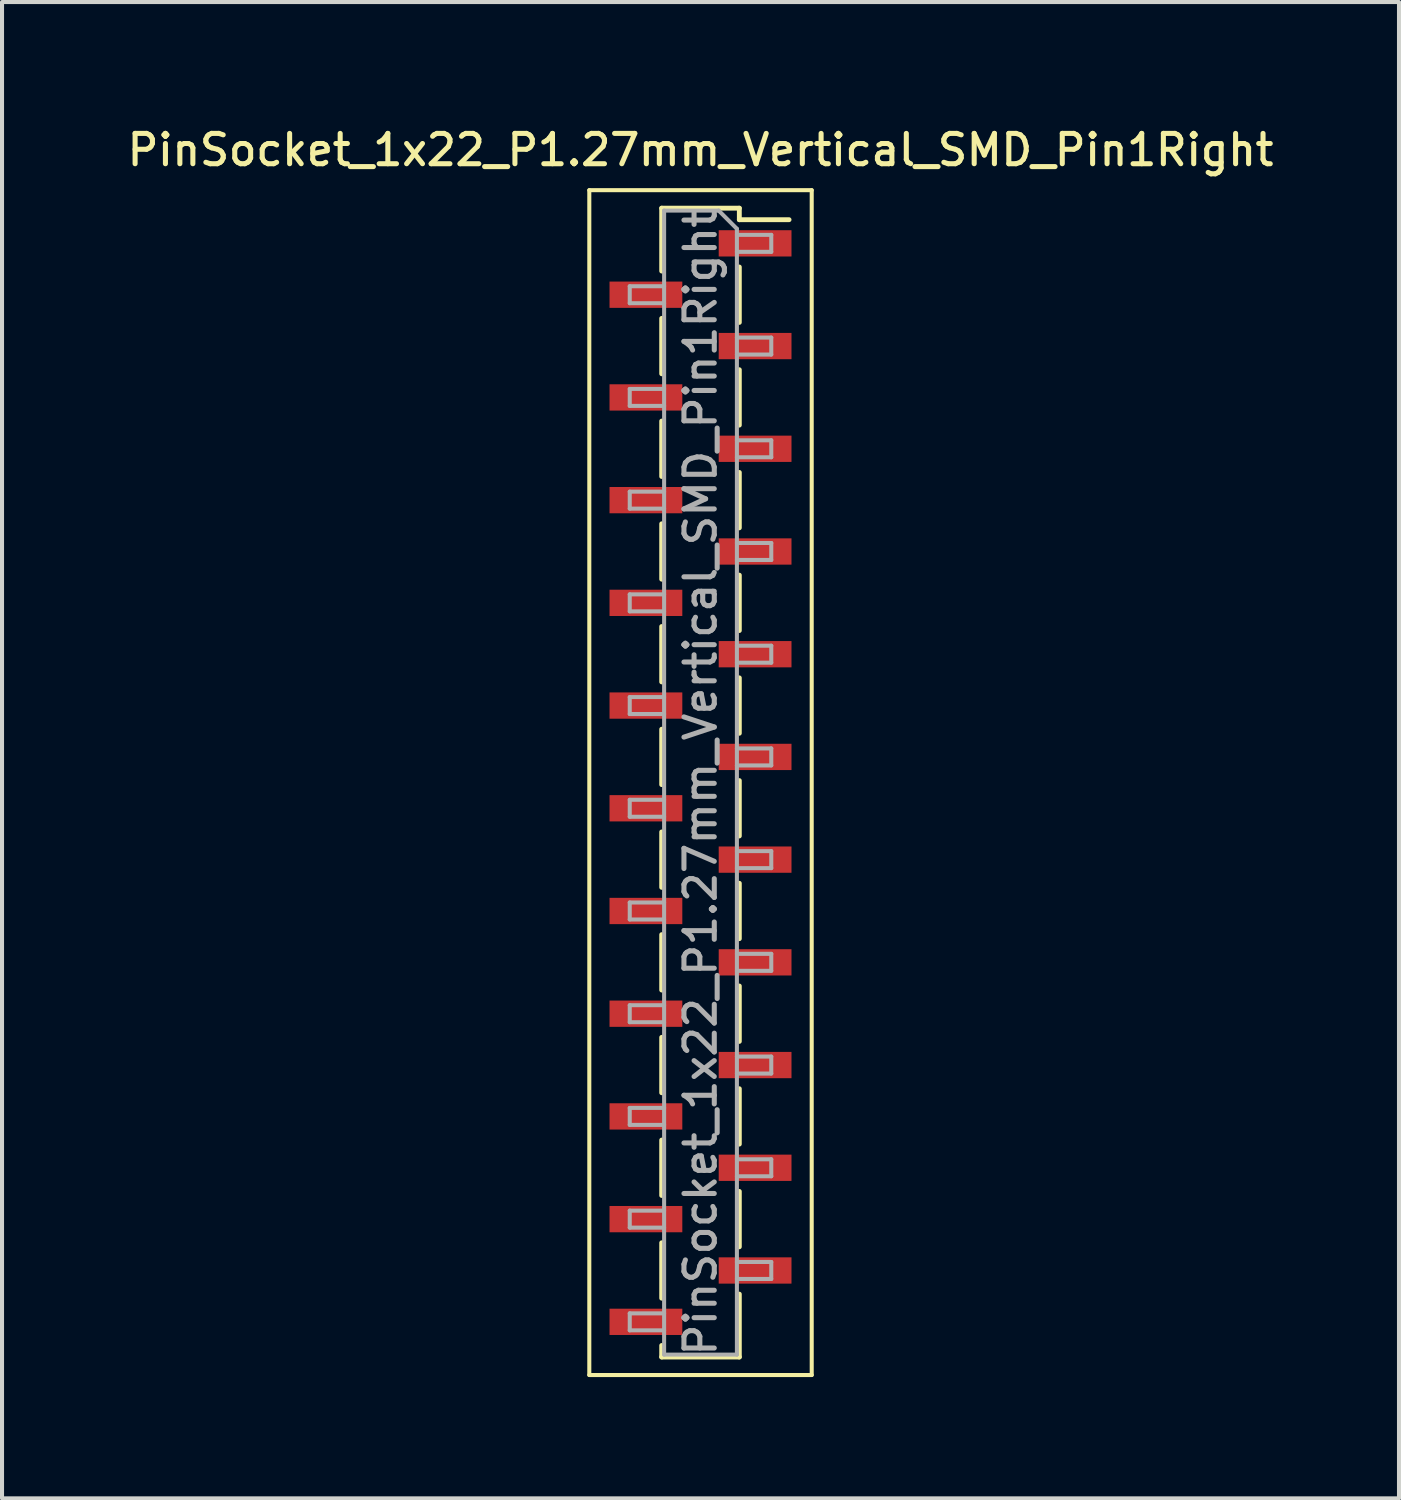
<source format=kicad_pcb>
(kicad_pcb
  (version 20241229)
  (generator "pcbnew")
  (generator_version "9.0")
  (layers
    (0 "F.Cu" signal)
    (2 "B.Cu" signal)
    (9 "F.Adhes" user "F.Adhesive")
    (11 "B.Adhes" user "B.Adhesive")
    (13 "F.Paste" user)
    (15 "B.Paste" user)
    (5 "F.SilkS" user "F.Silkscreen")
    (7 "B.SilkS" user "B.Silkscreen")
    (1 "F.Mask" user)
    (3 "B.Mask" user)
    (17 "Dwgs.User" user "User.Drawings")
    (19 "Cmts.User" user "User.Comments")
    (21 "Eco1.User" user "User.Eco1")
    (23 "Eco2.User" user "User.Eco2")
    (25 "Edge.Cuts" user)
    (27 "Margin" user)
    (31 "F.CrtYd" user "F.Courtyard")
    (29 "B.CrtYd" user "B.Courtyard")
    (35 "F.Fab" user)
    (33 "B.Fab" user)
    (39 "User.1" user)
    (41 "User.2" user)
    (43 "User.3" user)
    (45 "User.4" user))
  (footprint "PinSocket_1x22_P1.27mm_Vertical_SMD_Pin1Right"
    (layer "F.Cu")
    (at 14.273 16.303)
    (property "Reference" "PinSocket_1x22_P1.27mm_Vertical_SMD_Pin1Right" (at 0 -15.645 0) (layer "F.SilkS") (effects (font (size 0.75 0.75) (thickness 0.125))))
    (attr smd)
    (fp_line (start -2.75 -14.65) (end 2.75 -14.65) (stroke (width 0.1) (type solid)) (layer "F.SilkS"))
    (fp_line (start -2.75 14.65) (end -2.75 -14.65) (stroke (width 0.1) (type solid)) (layer "F.SilkS"))
    (fp_line (start -0.96 -14.205) (end -0.96 -12.65) (stroke (width 0.12) (type solid)) (layer "F.SilkS"))
    (fp_line (start -0.96 -14.205) (end 0.96 -14.205) (stroke (width 0.12) (type solid)) (layer "F.SilkS"))
    (fp_line (start -0.96 -11.48) (end -0.96 -10.11) (stroke (width 0.12) (type solid)) (layer "F.SilkS"))
    (fp_line (start -0.96 -8.94) (end -0.96 -7.57) (stroke (width 0.12) (type solid)) (layer "F.SilkS"))
    (fp_line (start -0.96 -6.4) (end -0.96 -5.03) (stroke (width 0.12) (type solid)) (layer "F.SilkS"))
    (fp_line (start -0.96 -3.86) (end -0.96 -2.49) (stroke (width 0.12) (type solid)) (layer "F.SilkS"))
    (fp_line (start -0.96 -1.32) (end -0.96 0.05) (stroke (width 0.12) (type solid)) (layer "F.SilkS"))
    (fp_line (start -0.96 1.22) (end -0.96 2.59) (stroke (width 0.12) (type solid)) (layer "F.SilkS"))
    (fp_line (start -0.96 3.76) (end -0.96 5.13) (stroke (width 0.12) (type solid)) (layer "F.SilkS"))
    (fp_line (start -0.96 6.3) (end -0.96 7.67) (stroke (width 0.12) (type solid)) (layer "F.SilkS"))
    (fp_line (start -0.96 8.84) (end -0.96 10.21) (stroke (width 0.12) (type solid)) (layer "F.SilkS"))
    (fp_line (start -0.96 11.38) (end -0.96 12.75) (stroke (width 0.12) (type solid)) (layer "F.SilkS"))
    (fp_line (start -0.96 13.92) (end -0.96 14.205) (stroke (width 0.12) (type solid)) (layer "F.SilkS"))
    (fp_line (start -0.96 14.205) (end 0.96 14.205) (stroke (width 0.12) (type solid)) (layer "F.SilkS"))
    (fp_line (start 0.96 -14.205) (end 0.96 -13.92) (stroke (width 0.12) (type solid)) (layer "F.SilkS"))
    (fp_line (start 0.96 -13.92) (end 2.19 -13.92) (stroke (width 0.12) (type solid)) (layer "F.SilkS"))
    (fp_line (start 0.96 -12.75) (end 0.96 -11.38) (stroke (width 0.12) (type solid)) (layer "F.SilkS"))
    (fp_line (start 0.96 -10.21) (end 0.96 -8.84) (stroke (width 0.12) (type solid)) (layer "F.SilkS"))
    (fp_line (start 0.96 -7.67) (end 0.96 -6.3) (stroke (width 0.12) (type solid)) (layer "F.SilkS"))
    (fp_line (start 0.96 -5.13) (end 0.96 -3.76) (stroke (width 0.12) (type solid)) (layer "F.SilkS"))
    (fp_line (start 0.96 -2.59) (end 0.96 -1.22) (stroke (width 0.12) (type solid)) (layer "F.SilkS"))
    (fp_line (start 0.96 -0.05) (end 0.96 1.32) (stroke (width 0.12) (type solid)) (layer "F.SilkS"))
    (fp_line (start 0.96 2.49) (end 0.96 3.86) (stroke (width 0.12) (type solid)) (layer "F.SilkS"))
    (fp_line (start 0.96 5.03) (end 0.96 6.4) (stroke (width 0.12) (type solid)) (layer "F.SilkS"))
    (fp_line (start 0.96 7.57) (end 0.96 8.94) (stroke (width 0.12) (type solid)) (layer "F.SilkS"))
    (fp_line (start 0.96 10.11) (end 0.96 11.48) (stroke (width 0.12) (type solid)) (layer "F.SilkS"))
    (fp_line (start 0.96 12.65) (end 0.96 14.205) (stroke (width 0.12) (type solid)) (layer "F.SilkS"))
    (fp_line (start 2.75 -14.65) (end 2.75 14.65) (stroke (width 0.1) (type solid)) (layer "F.SilkS"))
    (fp_line (start 2.75 14.65) (end -2.75 14.65) (stroke (width 0.1) (type solid)) (layer "F.SilkS"))
    (fp_line (start -1.75 -12.275) (end -0.9 -12.275) (stroke (width 0.1) (type solid)) (layer "F.Fab"))
    (fp_line (start -1.75 -11.855) (end -1.75 -12.275) (stroke (width 0.1) (type solid)) (layer "F.Fab"))
    (fp_line (start -1.75 -9.735) (end -0.9 -9.735) (stroke (width 0.1) (type solid)) (layer "F.Fab"))
    (fp_line (start -1.75 -9.315) (end -1.75 -9.735) (stroke (width 0.1) (type solid)) (layer "F.Fab"))
    (fp_line (start -1.75 -7.195) (end -0.9 -7.195) (stroke (width 0.1) (type solid)) (layer "F.Fab"))
    (fp_line (start -1.75 -6.775) (end -1.75 -7.195) (stroke (width 0.1) (type solid)) (layer "F.Fab"))
    (fp_line (start -1.75 -4.655) (end -0.9 -4.655) (stroke (width 0.1) (type solid)) (layer "F.Fab"))
    (fp_line (start -1.75 -4.235) (end -1.75 -4.655) (stroke (width 0.1) (type solid)) (layer "F.Fab"))
    (fp_line (start -1.75 -2.115) (end -0.9 -2.115) (stroke (width 0.1) (type solid)) (layer "F.Fab"))
    (fp_line (start -1.75 -1.695) (end -1.75 -2.115) (stroke (width 0.1) (type solid)) (layer "F.Fab"))
    (fp_line (start -1.75 0.425) (end -0.9 0.425) (stroke (width 0.1) (type solid)) (layer "F.Fab"))
    (fp_line (start -1.75 0.845) (end -1.75 0.425) (stroke (width 0.1) (type solid)) (layer "F.Fab"))
    (fp_line (start -1.75 2.965) (end -0.9 2.965) (stroke (width 0.1) (type solid)) (layer "F.Fab"))
    (fp_line (start -1.75 3.385) (end -1.75 2.965) (stroke (width 0.1) (type solid)) (layer "F.Fab"))
    (fp_line (start -1.75 5.505) (end -0.9 5.505) (stroke (width 0.1) (type solid)) (layer "F.Fab"))
    (fp_line (start -1.75 5.925) (end -1.75 5.505) (stroke (width 0.1) (type solid)) (layer "F.Fab"))
    (fp_line (start -1.75 8.045) (end -0.9 8.045) (stroke (width 0.1) (type solid)) (layer "F.Fab"))
    (fp_line (start -1.75 8.465) (end -1.75 8.045) (stroke (width 0.1) (type solid)) (layer "F.Fab"))
    (fp_line (start -1.75 10.585) (end -0.9 10.585) (stroke (width 0.1) (type solid)) (layer "F.Fab"))
    (fp_line (start -1.75 11.005) (end -1.75 10.585) (stroke (width 0.1) (type solid)) (layer "F.Fab"))
    (fp_line (start -1.75 13.125) (end -0.9 13.125) (stroke (width 0.1) (type solid)) (layer "F.Fab"))
    (fp_line (start -1.75 13.545) (end -1.75 13.125) (stroke (width 0.1) (type solid)) (layer "F.Fab"))
    (fp_line (start -0.9 -14.145) (end 0.45 -14.145) (stroke (width 0.1) (type solid)) (layer "F.Fab"))
    (fp_line (start -0.9 -11.855) (end -1.75 -11.855) (stroke (width 0.1) (type solid)) (layer "F.Fab"))
    (fp_line (start -0.9 -9.315) (end -1.75 -9.315) (stroke (width 0.1) (type solid)) (layer "F.Fab"))
    (fp_line (start -0.9 -6.775) (end -1.75 -6.775) (stroke (width 0.1) (type solid)) (layer "F.Fab"))
    (fp_line (start -0.9 -4.235) (end -1.75 -4.235) (stroke (width 0.1) (type solid)) (layer "F.Fab"))
    (fp_line (start -0.9 -1.695) (end -1.75 -1.695) (stroke (width 0.1) (type solid)) (layer "F.Fab"))
    (fp_line (start -0.9 0.845) (end -1.75 0.845) (stroke (width 0.1) (type solid)) (layer "F.Fab"))
    (fp_line (start -0.9 3.385) (end -1.75 3.385) (stroke (width 0.1) (type solid)) (layer "F.Fab"))
    (fp_line (start -0.9 5.925) (end -1.75 5.925) (stroke (width 0.1) (type solid)) (layer "F.Fab"))
    (fp_line (start -0.9 8.465) (end -1.75 8.465) (stroke (width 0.1) (type solid)) (layer "F.Fab"))
    (fp_line (start -0.9 11.005) (end -1.75 11.005) (stroke (width 0.1) (type solid)) (layer "F.Fab"))
    (fp_line (start -0.9 13.545) (end -1.75 13.545) (stroke (width 0.1) (type solid)) (layer "F.Fab"))
    (fp_line (start -0.9 14.145) (end -0.9 -14.145) (stroke (width 0.1) (type solid)) (layer "F.Fab"))
    (fp_line (start 0.45 -14.145) (end 0.9 -13.695) (stroke (width 0.1) (type solid)) (layer "F.Fab"))
    (fp_line (start 0.9 -13.695) (end 0.9 14.145) (stroke (width 0.1) (type solid)) (layer "F.Fab"))
    (fp_line (start 0.9 -13.545) (end 1.75 -13.545) (stroke (width 0.1) (type solid)) (layer "F.Fab"))
    (fp_line (start 0.9 -11.005) (end 1.75 -11.005) (stroke (width 0.1) (type solid)) (layer "F.Fab"))
    (fp_line (start 0.9 -8.465) (end 1.75 -8.465) (stroke (width 0.1) (type solid)) (layer "F.Fab"))
    (fp_line (start 0.9 -5.925) (end 1.75 -5.925) (stroke (width 0.1) (type solid)) (layer "F.Fab"))
    (fp_line (start 0.9 -3.385) (end 1.75 -3.385) (stroke (width 0.1) (type solid)) (layer "F.Fab"))
    (fp_line (start 0.9 -0.845) (end 1.75 -0.845) (stroke (width 0.1) (type solid)) (layer "F.Fab"))
    (fp_line (start 0.9 1.695) (end 1.75 1.695) (stroke (width 0.1) (type solid)) (layer "F.Fab"))
    (fp_line (start 0.9 4.235) (end 1.75 4.235) (stroke (width 0.1) (type solid)) (layer "F.Fab"))
    (fp_line (start 0.9 6.775) (end 1.75 6.775) (stroke (width 0.1) (type solid)) (layer "F.Fab"))
    (fp_line (start 0.9 9.315) (end 1.75 9.315) (stroke (width 0.1) (type solid)) (layer "F.Fab"))
    (fp_line (start 0.9 11.855) (end 1.75 11.855) (stroke (width 0.1) (type solid)) (layer "F.Fab"))
    (fp_line (start 0.9 14.145) (end -0.9 14.145) (stroke (width 0.1) (type solid)) (layer "F.Fab"))
    (fp_line (start 1.75 -13.545) (end 1.75 -13.125) (stroke (width 0.1) (type solid)) (layer "F.Fab"))
    (fp_line (start 1.75 -13.125) (end 0.9 -13.125) (stroke (width 0.1) (type solid)) (layer "F.Fab"))
    (fp_line (start 1.75 -11.005) (end 1.75 -10.585) (stroke (width 0.1) (type solid)) (layer "F.Fab"))
    (fp_line (start 1.75 -10.585) (end 0.9 -10.585) (stroke (width 0.1) (type solid)) (layer "F.Fab"))
    (fp_line (start 1.75 -8.465) (end 1.75 -8.045) (stroke (width 0.1) (type solid)) (layer "F.Fab"))
    (fp_line (start 1.75 -8.045) (end 0.9 -8.045) (stroke (width 0.1) (type solid)) (layer "F.Fab"))
    (fp_line (start 1.75 -5.925) (end 1.75 -5.505) (stroke (width 0.1) (type solid)) (layer "F.Fab"))
    (fp_line (start 1.75 -5.505) (end 0.9 -5.505) (stroke (width 0.1) (type solid)) (layer "F.Fab"))
    (fp_line (start 1.75 -3.385) (end 1.75 -2.965) (stroke (width 0.1) (type solid)) (layer "F.Fab"))
    (fp_line (start 1.75 -2.965) (end 0.9 -2.965) (stroke (width 0.1) (type solid)) (layer "F.Fab"))
    (fp_line (start 1.75 -0.845) (end 1.75 -0.425) (stroke (width 0.1) (type solid)) (layer "F.Fab"))
    (fp_line (start 1.75 -0.425) (end 0.9 -0.425) (stroke (width 0.1) (type solid)) (layer "F.Fab"))
    (fp_line (start 1.75 1.695) (end 1.75 2.115) (stroke (width 0.1) (type solid)) (layer "F.Fab"))
    (fp_line (start 1.75 2.115) (end 0.9 2.115) (stroke (width 0.1) (type solid)) (layer "F.Fab"))
    (fp_line (start 1.75 4.235) (end 1.75 4.655) (stroke (width 0.1) (type solid)) (layer "F.Fab"))
    (fp_line (start 1.75 4.655) (end 0.9 4.655) (stroke (width 0.1) (type solid)) (layer "F.Fab"))
    (fp_line (start 1.75 6.775) (end 1.75 7.195) (stroke (width 0.1) (type solid)) (layer "F.Fab"))
    (fp_line (start 1.75 7.195) (end 0.9 7.195) (stroke (width 0.1) (type solid)) (layer "F.Fab"))
    (fp_line (start 1.75 9.315) (end 1.75 9.735) (stroke (width 0.1) (type solid)) (layer "F.Fab"))
    (fp_line (start 1.75 9.735) (end 0.9 9.735) (stroke (width 0.1) (type solid)) (layer "F.Fab"))
    (fp_line (start 1.75 11.855) (end 1.75 12.275) (stroke (width 0.1) (type solid)) (layer "F.Fab"))
    (fp_line (start 1.75 12.275) (end 0.9 12.275) (stroke (width 0.1) (type solid)) (layer "F.Fab"))
    (fp_text user "${REFERENCE}" (at 0 0 90) (layer "F.Fab") (effects (font (size 0.75 0.75) (thickness 0.125))))
    (pad "1" smd rect (at 1.35 -13.335) (size 1.8 0.65) (layers "F.Cu" "F.Mask" "F.Paste"))
    (pad "2" smd rect (at -1.35 -12.065) (size 1.8 0.65) (layers "F.Cu" "F.Mask" "F.Paste"))
    (pad "3" smd rect (at 1.35 -10.795) (size 1.8 0.65) (layers "F.Cu" "F.Mask" "F.Paste"))
    (pad "4" smd rect (at -1.35 -9.525) (size 1.8 0.65) (layers "F.Cu" "F.Mask" "F.Paste"))
    (pad "5" smd rect (at 1.35 -8.255) (size 1.8 0.65) (layers "F.Cu" "F.Mask" "F.Paste"))
    (pad "6" smd rect (at -1.35 -6.985) (size 1.8 0.65) (layers "F.Cu" "F.Mask" "F.Paste"))
    (pad "7" smd rect (at 1.35 -5.715) (size 1.8 0.65) (layers "F.Cu" "F.Mask" "F.Paste"))
    (pad "8" smd rect (at -1.35 -4.445) (size 1.8 0.65) (layers "F.Cu" "F.Mask" "F.Paste"))
    (pad "9" smd rect (at 1.35 -3.175) (size 1.8 0.65) (layers "F.Cu" "F.Mask" "F.Paste"))
    (pad "10" smd rect (at -1.35 -1.905) (size 1.8 0.65) (layers "F.Cu" "F.Mask" "F.Paste"))
    (pad "11" smd rect (at 1.35 -0.635) (size 1.8 0.65) (layers "F.Cu" "F.Mask" "F.Paste"))
    (pad "12" smd rect (at -1.35 0.635) (size 1.8 0.65) (layers "F.Cu" "F.Mask" "F.Paste"))
    (pad "13" smd rect (at 1.35 1.905) (size 1.8 0.65) (layers "F.Cu" "F.Mask" "F.Paste"))
    (pad "14" smd rect (at -1.35 3.175) (size 1.8 0.65) (layers "F.Cu" "F.Mask" "F.Paste"))
    (pad "15" smd rect (at 1.35 4.445) (size 1.8 0.65) (layers "F.Cu" "F.Mask" "F.Paste"))
    (pad "16" smd rect (at -1.35 5.715) (size 1.8 0.65) (layers "F.Cu" "F.Mask" "F.Paste"))
    (pad "17" smd rect (at 1.35 6.985) (size 1.8 0.65) (layers "F.Cu" "F.Mask" "F.Paste"))
    (pad "18" smd rect (at -1.35 8.255) (size 1.8 0.65) (layers "F.Cu" "F.Mask" "F.Paste"))
    (pad "19" smd rect (at 1.35 9.525) (size 1.8 0.65) (layers "F.Cu" "F.Mask" "F.Paste"))
    (pad "20" smd rect (at -1.35 10.795) (size 1.8 0.65) (layers "F.Cu" "F.Mask" "F.Paste"))
    (pad "21" smd rect (at 1.35 12.065) (size 1.8 0.65) (layers "F.Cu" "F.Mask" "F.Paste"))
    (pad "22" smd rect (at -1.35 13.335) (size 1.8 0.65) (layers "F.Cu" "F.Mask" "F.Paste")))
  (gr_rect
    (start -3 -3)
    (end 31.546 34.003)
    (stroke (width 0.1) (type default))
    (fill no)
    (layer "Edge.Cuts")))
</source>
